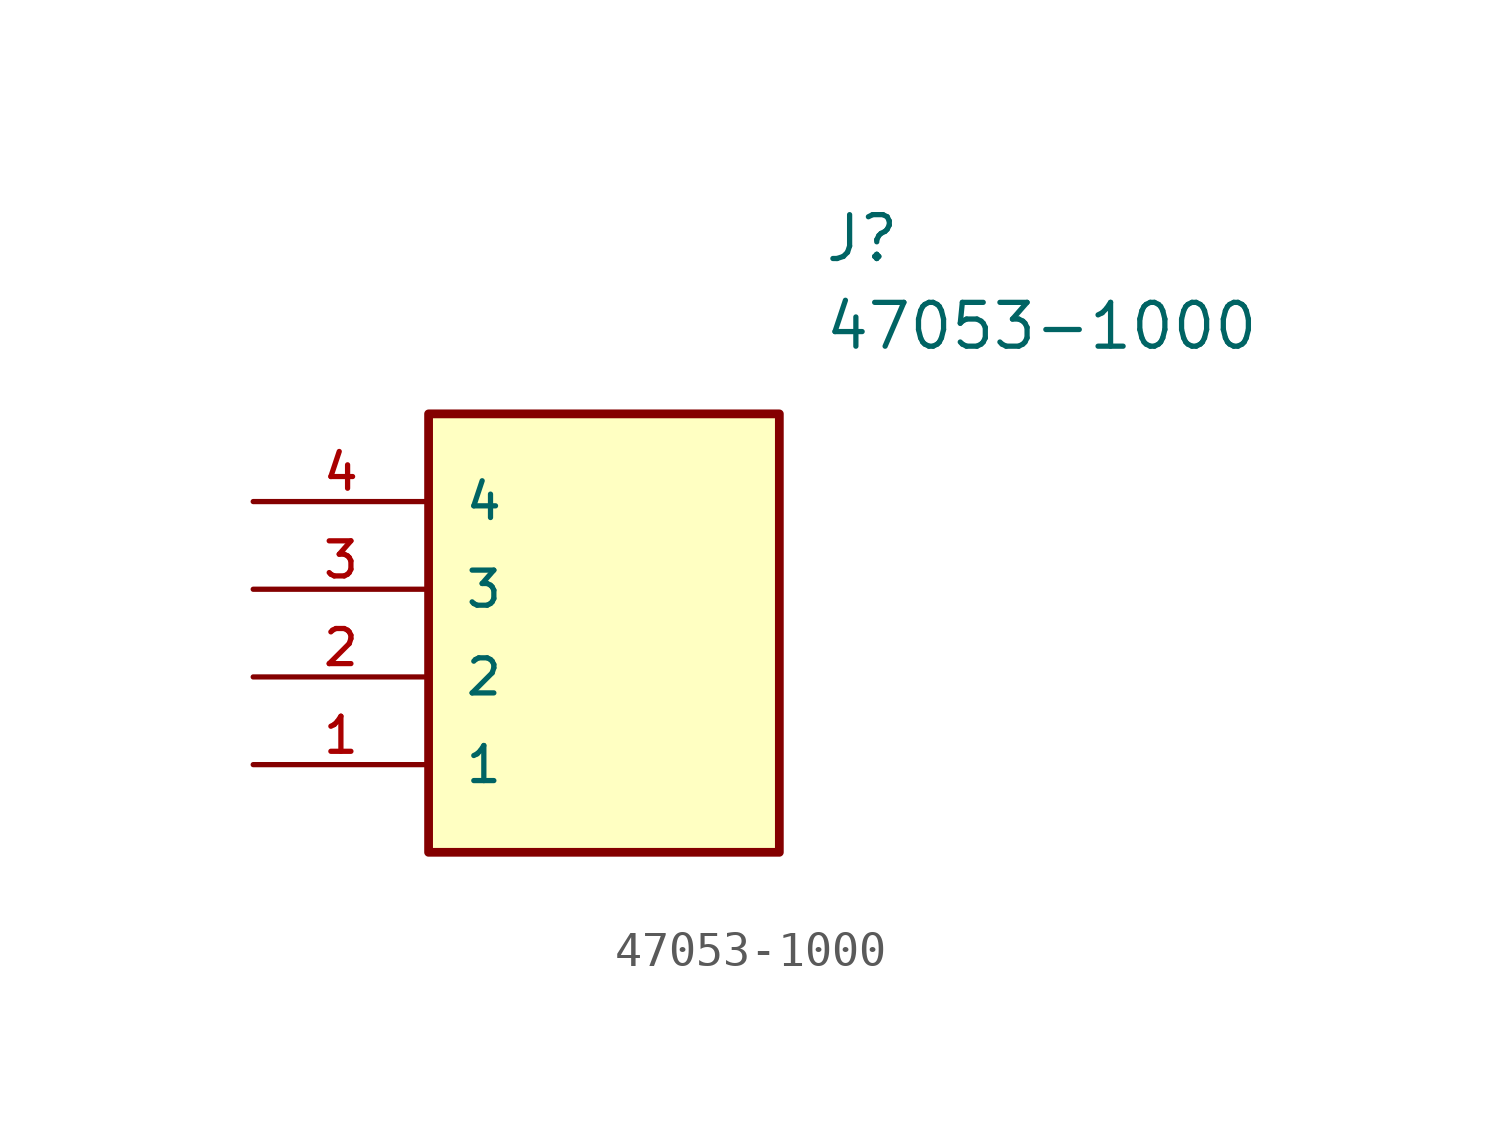
<source format=kicad_sym>
(kicad_symbol_lib
  (version 20211014)
  (generator kicad_symbol_editor)
  (symbol "47053-1000"
    (pin_names
      (offset 1.016))
    (property "Reference" "J"
      (at 16.51 7.62 0)
      (effects (font (size 1.27 1.27)) (justify left)))
    (property "Value" "47053-1000"
      (at 16.51 5.08 0)
      (effects (font (size 1.27 1.27)) (justify left)))
    (symbol "47053-1000_0_0"
      (rectangle (start 5.08 -10.16) (end 15.24 2.54) (stroke (width 0.254)) (fill (type background)))
      (pin bidirectional line (at 0.0 -7.62 0) (length 5.08) (name "1" (effects (font (size 1.016 1.016)))) (number "1" (effects (font (size 1.016 1.016)))))
      (pin bidirectional line (at 0.0 -5.08 0) (length 5.08) (name "2" (effects (font (size 1.016 1.016)))) (number "2" (effects (font (size 1.016 1.016)))))
      (pin bidirectional line (at 0.0 -2.54 0) (length 5.08) (name "3" (effects (font (size 1.016 1.016)))) (number "3" (effects (font (size 1.016 1.016)))))
      (pin bidirectional line (at 0.0 0.0 0) (length 5.08) (name "4" (effects (font (size 1.016 1.016)))) (number "4" (effects (font (size 1.016 1.016))))))))
</source>
